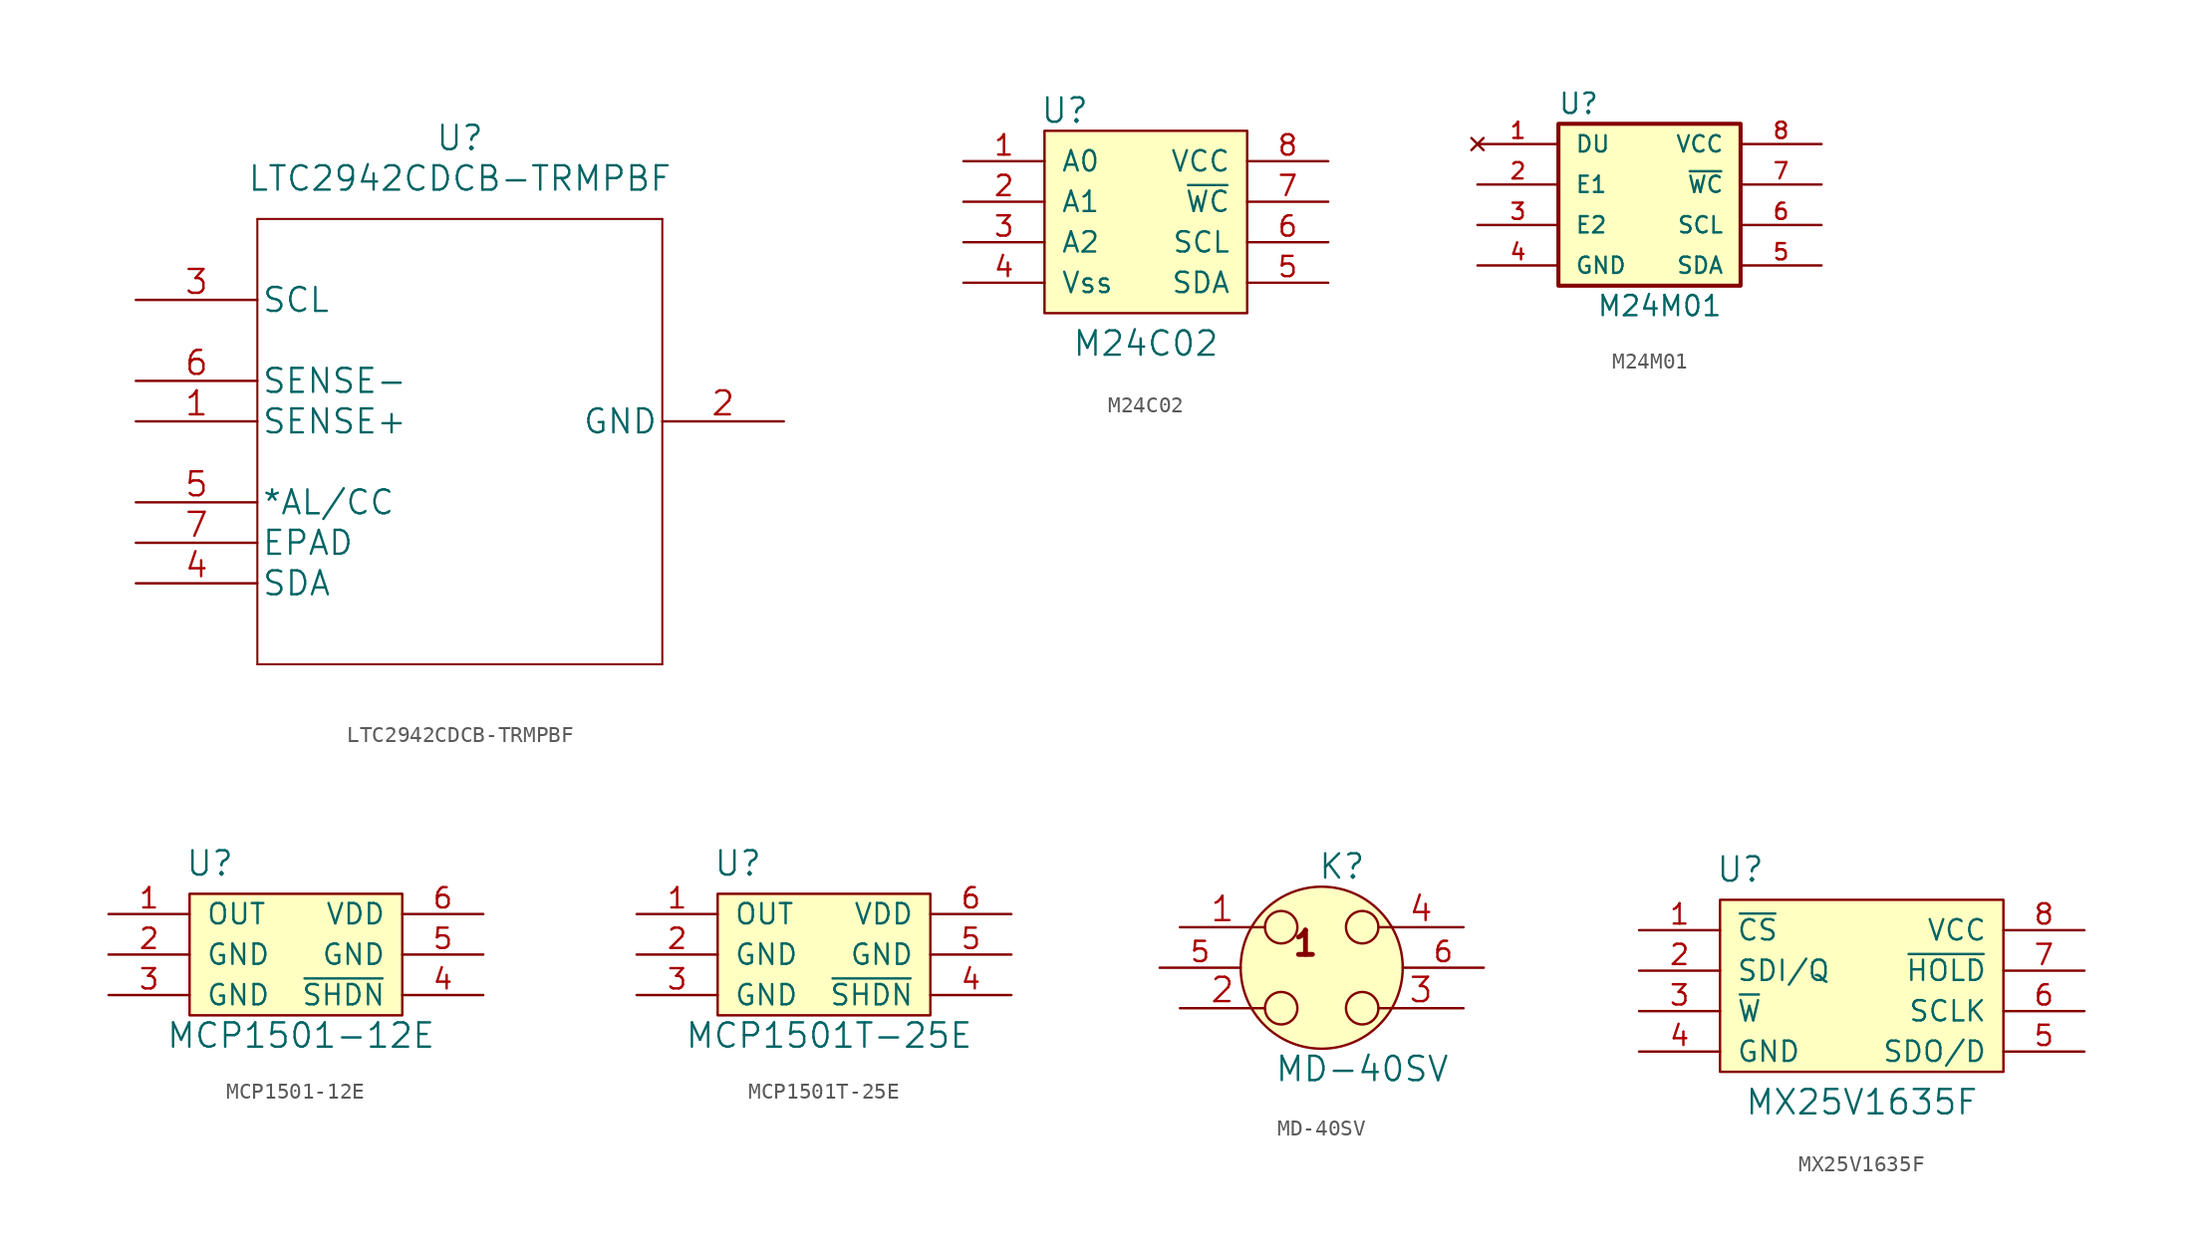
<source format=kicad_sym>
(kicad_symbol_lib
  (version 20220914)
  (generator kicad_symbol_editor)
  (symbol "LTC2942CDCB-TRMPBF"
    (pin_names
      (offset 0.254))
    (property "Reference" "U"
      (at 20.32 10.16 0)
      (effects (font (size 1.524 1.524))))
    (property "Value" "LTC2942CDCB-TRMPBF"
      (at 20.32 7.62 0)
      (effects (font (size 1.524 1.524))))
    (property "Datasheet" ""
      (at 0 0 0)
      (effects (font (size 1.524 1.524))))
    (symbol "LTC2942CDCB-TRMPBF_1_0"
      (polyline (pts (xy 7.62 -22.86) (xy 33.02 -22.86)) (stroke (width 0.127) (type solid)) (fill (type none)))
      (polyline (pts (xy 7.62 5.08) (xy 7.62 -22.86)) (stroke (width 0.127) (type solid)) (fill (type none)))
      (polyline (pts (xy 33.02 -22.86) (xy 33.02 5.08)) (stroke (width 0.127) (type solid)) (fill (type none)))
      (polyline (pts (xy 33.02 5.08) (xy 7.62 5.08)) (stroke (width 0.127) (type solid)) (fill (type none)))
      (pin input line (at 0 -7.62 0) (length 7.62) (name "SENSE+" (effects (font (size 1.499 1.499)))) (number "1" (effects (font (size 1.499 1.499)))))
      (pin power_in line (at 40.64 -7.62 180) (length 7.62) (name "GND" (effects (font (size 1.499 1.499)))) (number "2" (effects (font (size 1.499 1.499)))))
      (pin input line (at 0 0 0) (length 7.62) (name "SCL" (effects (font (size 1.499 1.499)))) (number "3" (effects (font (size 1.499 1.499)))))
      (pin bidirectional line (at 0 -17.78 0) (length 7.62) (name "SDA" (effects (font (size 1.499 1.499)))) (number "4" (effects (font (size 1.499 1.499)))))
      (pin bidirectional line (at 0 -12.7 0) (length 7.62) (name "*AL/CC" (effects (font (size 1.499 1.499)))) (number "5" (effects (font (size 1.499 1.499)))))
      (pin input line (at 0 -5.08 0) (length 7.62) (name "SENSE-" (effects (font (size 1.499 1.499)))) (number "6" (effects (font (size 1.499 1.499)))))
      (pin unspecified line (at 0 -15.24 0) (length 7.62) (name "EPAD" (effects (font (size 1.499 1.499)))) (number "7" (effects (font (size 1.499 1.499)))))))
  (symbol "M24C02"
    (pin_names
      (offset 1.016))
    (property "Reference" "U"
      (at -5.08 6.985 0)
      (effects (font (size 1.524 1.524))))
    (property "Value" "M24C02"
      (at 0 -7.62 0)
      (effects (font (size 1.524 1.524))))
    (property "Footprint" ""
      (at -0.635 -5.715 0)
      (effects (font (size 1.524 1.524))))
    (property "Datasheet" ""
      (at -0.635 -5.715 0)
      (effects (font (size 1.524 1.524))))
    (symbol "M24C02_0_1"
      (rectangle (start -6.35 5.715) (end 6.35 -5.715) (stroke (width 0) (type solid)) (fill (type background))))
    (symbol "M24C02_1_1"
      (pin passive line (at -11.43 3.81 0) (length 5.08) (name "A0" (effects (font (size 1.27 1.27)))) (number "1" (effects (font (size 1.27 1.27)))))
      (pin passive line (at -11.43 1.27 0) (length 5.08) (name "A1" (effects (font (size 1.27 1.27)))) (number "2" (effects (font (size 1.27 1.27)))))
      (pin passive line (at -11.43 -1.27 0) (length 5.08) (name "A2" (effects (font (size 1.27 1.27)))) (number "3" (effects (font (size 1.27 1.27)))))
      (pin passive line (at -11.43 -3.81 0) (length 5.08) (name "Vss" (effects (font (size 1.27 1.27)))) (number "4" (effects (font (size 1.27 1.27)))))
      (pin passive line (at 11.43 -3.81 180) (length 5.08) (name "SDA" (effects (font (size 1.27 1.27)))) (number "5" (effects (font (size 1.27 1.27)))))
      (pin passive line (at 11.43 -1.27 180) (length 5.08) (name "SCL" (effects (font (size 1.27 1.27)))) (number "6" (effects (font (size 1.27 1.27)))))
      (pin passive line (at 11.43 1.27 180) (length 5.08) (name "~{WC}" (effects (font (size 1.27 1.27)))) (number "7" (effects (font (size 1.27 1.27)))))
      (pin passive line (at 11.43 3.81 180) (length 5.08) (name "VCC" (effects (font (size 1.27 1.27)))) (number "8" (effects (font (size 1.27 1.27)))))))
  (symbol "M24M01"
    (pin_names
      (offset 1.016))
    (property "Reference" "U"
      (at -3.81 6.35 0)
      (effects (font (size 1.27 1.27))))
    (property "Value" "M24M01"
      (at 1.27 -6.35 0)
      (effects (font (size 1.27 1.27))))
    (symbol "M24M01_0_0"
      (pin no_connect line (at -10.16 3.81 0) (length 5.08) (name "DU" (effects (font (size 1.016 1.016)))) (number "1" (effects (font (size 1.016 1.016)))))
      (pin passive line (at -10.16 1.27 0) (length 5.08) (name "E1" (effects (font (size 1.016 1.016)))) (number "2" (effects (font (size 1.016 1.016)))))
      (pin passive line (at -10.16 -1.27 0) (length 5.08) (name "E2" (effects (font (size 1.016 1.016)))) (number "3" (effects (font (size 1.016 1.016)))))
      (pin passive line (at -10.16 -3.81 0) (length 5.08) (name "GND" (effects (font (size 1.016 1.016)))) (number "4" (effects (font (size 1.016 1.016)))))
      (pin passive line (at 11.43 -3.81 180) (length 5.08) (name "SDA" (effects (font (size 1.016 1.016)))) (number "5" (effects (font (size 1.016 1.016)))))
      (pin passive line (at 11.43 -1.27 180) (length 5.08) (name "SCL" (effects (font (size 1.016 1.016)))) (number "6" (effects (font (size 1.016 1.016)))))
      (pin passive line (at 11.43 1.27 180) (length 5.08) (name "~{WC}" (effects (font (size 1.016 1.016)))) (number "7" (effects (font (size 1.016 1.016)))))
      (pin power_in line (at 11.43 3.81 180) (length 5.08) (name "VCC" (effects (font (size 1.016 1.016)))) (number "8" (effects (font (size 1.016 1.016))))))
    (symbol "M24M01_0_1"
      (rectangle (start -5.08 5.08) (end 6.35 -5.08) (stroke (width 0.254) (type solid)) (fill (type background)))))
  (symbol "MCP1501-12E"
    (pin_names
      (offset 1.016))
    (property "Reference" "U"
      (at -5.715 5.715 0)
      (effects (font (size 1.524 1.524))))
    (property "Value" "MCP1501-12E"
      (at 0 -5.08 0)
      (effects (font (size 1.524 1.524))))
    (symbol "MCP1501-12E_0_1"
      (rectangle (start -6.985 3.81) (end 6.35 -3.81) (stroke (width 0) (type solid)) (fill (type background))))
    (symbol "MCP1501-12E_1_1"
      (pin power_out line (at -12.065 2.54 0) (length 5.08) (name "OUT" (effects (font (size 1.27 1.27)))) (number "1" (effects (font (size 1.27 1.27)))))
      (pin passive line (at -12.065 0 0) (length 5.08) (name "GND" (effects (font (size 1.27 1.27)))) (number "2" (effects (font (size 1.27 1.27)))))
      (pin passive line (at -12.065 -2.54 0) (length 5.08) (name "GND" (effects (font (size 1.27 1.27)))) (number "3" (effects (font (size 1.27 1.27)))))
      (pin passive line (at 11.43 -2.54 180) (length 5.08) (name "~{SHDN}" (effects (font (size 1.27 1.27)))) (number "4" (effects (font (size 1.27 1.27)))))
      (pin passive line (at 11.43 0 180) (length 5.08) (name "GND" (effects (font (size 1.27 1.27)))) (number "5" (effects (font (size 1.27 1.27)))))
      (pin power_in line (at 11.43 2.54 180) (length 5.08) (name "VDD" (effects (font (size 1.27 1.27)))) (number "6" (effects (font (size 1.27 1.27)))))))
  (symbol "MCP1501T-25E"
    (pin_names
      (offset 1.016))
    (property "Reference" "U"
      (at -5.715 5.715 0)
      (effects (font (size 1.524 1.524))))
    (property "Value" "MCP1501T-25E"
      (at 0 -5.08 0)
      (effects (font (size 1.524 1.524))))
    (symbol "MCP1501T-25E_0_1"
      (rectangle (start -6.985 3.81) (end 6.35 -3.81) (stroke (width 0) (type solid)) (fill (type background))))
    (symbol "MCP1501T-25E_1_1"
      (pin power_out line (at -12.065 2.54 0) (length 5.08) (name "OUT" (effects (font (size 1.27 1.27)))) (number "1" (effects (font (size 1.27 1.27)))))
      (pin passive line (at -12.065 0 0) (length 5.08) (name "GND" (effects (font (size 1.27 1.27)))) (number "2" (effects (font (size 1.27 1.27)))))
      (pin passive line (at -12.065 -2.54 0) (length 5.08) (name "GND" (effects (font (size 1.27 1.27)))) (number "3" (effects (font (size 1.27 1.27)))))
      (pin passive line (at 11.43 -2.54 180) (length 5.08) (name "~{SHDN}" (effects (font (size 1.27 1.27)))) (number "4" (effects (font (size 1.27 1.27)))))
      (pin passive line (at 11.43 0 180) (length 5.08) (name "GND" (effects (font (size 1.27 1.27)))) (number "5" (effects (font (size 1.27 1.27)))))
      (pin power_in line (at 11.43 2.54 180) (length 5.08) (name "VDD" (effects (font (size 1.27 1.27)))) (number "6" (effects (font (size 1.27 1.27)))))))
  (symbol "MD-40SV"
    (pin_names
      (offset 0.762) hide)
    (property "Reference" "K"
      (at 1.27 6.35 0)
      (effects (font (size 1.524 1.524))))
    (property "Value" "MD-40SV"
      (at 2.54 -6.35 0)
      (effects (font (size 1.524 1.524))))
    (property "Footprint" ""
      (at 0 0 0)
      (effects (font (size 1.524 1.524))))
    (property "Datasheet" ""
      (at 0 0 0)
      (effects (font (size 1.524 1.524))))
    (symbol "MD-40SV_0_1"
      (circle (center -2.54 -2.54) (radius 1.016) (stroke (width 0) (type solid)) (fill (type none)))
      (circle (center -2.54 2.54) (radius 1.016) (stroke (width 0) (type solid)) (fill (type none)))
      (circle (center 0 0) (radius 5.08) (stroke (width 0) (type solid)) (fill (type background)))
      (circle (center 2.54 -2.54) (radius 1.016) (stroke (width 0) (type solid)) (fill (type none)))
      (circle (center 2.54 2.54) (radius 1.016) (stroke (width 0) (type solid)) (fill (type none)))
      (text "1" (at -1.016 1.524 0) (effects (font (size 1.524 1.524) bold))))
    (symbol "MD-40SV_1_1"
      (pin passive line (at -8.89 2.54 0) (length 5.334) (name "~" (effects (font (size 1.524 1.524)))) (number "1" (effects (font (size 1.524 1.524)))))
      (pin passive line (at -8.89 -2.54 0) (length 5.334) (name "~" (effects (font (size 1.524 1.524)))) (number "2" (effects (font (size 1.524 1.524)))))
      (pin passive line (at 8.89 -2.54 180) (length 5.334) (name "~" (effects (font (size 1.524 1.524)))) (number "3" (effects (font (size 1.524 1.524)))))
      (pin passive line (at 8.89 2.54 180) (length 5.334) (name "~" (effects (font (size 1.524 1.524)))) (number "4" (effects (font (size 1.524 1.524)))))
      (pin input line (at -10.16 0 0) (length 5.08) (name "FX1" (effects (font (size 1.27 1.27)))) (number "5" (effects (font (size 1.27 1.27)))))
      (pin input line (at 10.16 0 180) (length 5.08) (name "Fix2" (effects (font (size 1.27 1.27)))) (number "6" (effects (font (size 1.27 1.27)))))))
  (symbol "MX25V1635F"
    (pin_names
      (offset 1.016))
    (property "Reference" "U"
      (at -6.985 7.62 0)
      (effects (font (size 1.524 1.524))))
    (property "Value" "MX25V1635F"
      (at 0.635 -6.985 0)
      (effects (font (size 1.524 1.524))))
    (symbol "MX25V1635F_0_1"
      (rectangle (start -8.255 5.715) (end 9.525 -5.08) (stroke (width 0) (type solid)) (fill (type background))))
    (symbol "MX25V1635F_1_1"
      (pin passive line (at -13.335 3.81 0) (length 5.08) (name "~{CS}" (effects (font (size 1.27 1.27)))) (number "1" (effects (font (size 1.27 1.27)))))
      (pin passive line (at -13.335 1.27 0) (length 5.08) (name "SDI/Q" (effects (font (size 1.27 1.27)))) (number "2" (effects (font (size 1.27 1.27)))))
      (pin passive line (at -13.335 -1.27 0) (length 5.08) (name "~{W}" (effects (font (size 1.27 1.27)))) (number "3" (effects (font (size 1.27 1.27)))))
      (pin passive line (at -13.335 -3.81 0) (length 5.08) (name "GND" (effects (font (size 1.27 1.27)))) (number "4" (effects (font (size 1.27 1.27)))))
      (pin passive line (at 14.605 -3.81 180) (length 5.08) (name "SDO/D" (effects (font (size 1.27 1.27)))) (number "5" (effects (font (size 1.27 1.27)))))
      (pin passive line (at 14.605 -1.27 180) (length 5.08) (name "SCLK" (effects (font (size 1.27 1.27)))) (number "6" (effects (font (size 1.27 1.27)))))
      (pin passive line (at 14.605 1.27 180) (length 5.08) (name "~{HOLD}" (effects (font (size 1.27 1.27)))) (number "7" (effects (font (size 1.27 1.27)))))
      (pin power_in line (at 14.605 3.81 180) (length 5.08) (name "VCC" (effects (font (size 1.27 1.27)))) (number "8" (effects (font (size 1.27 1.27))))))))
</source>
